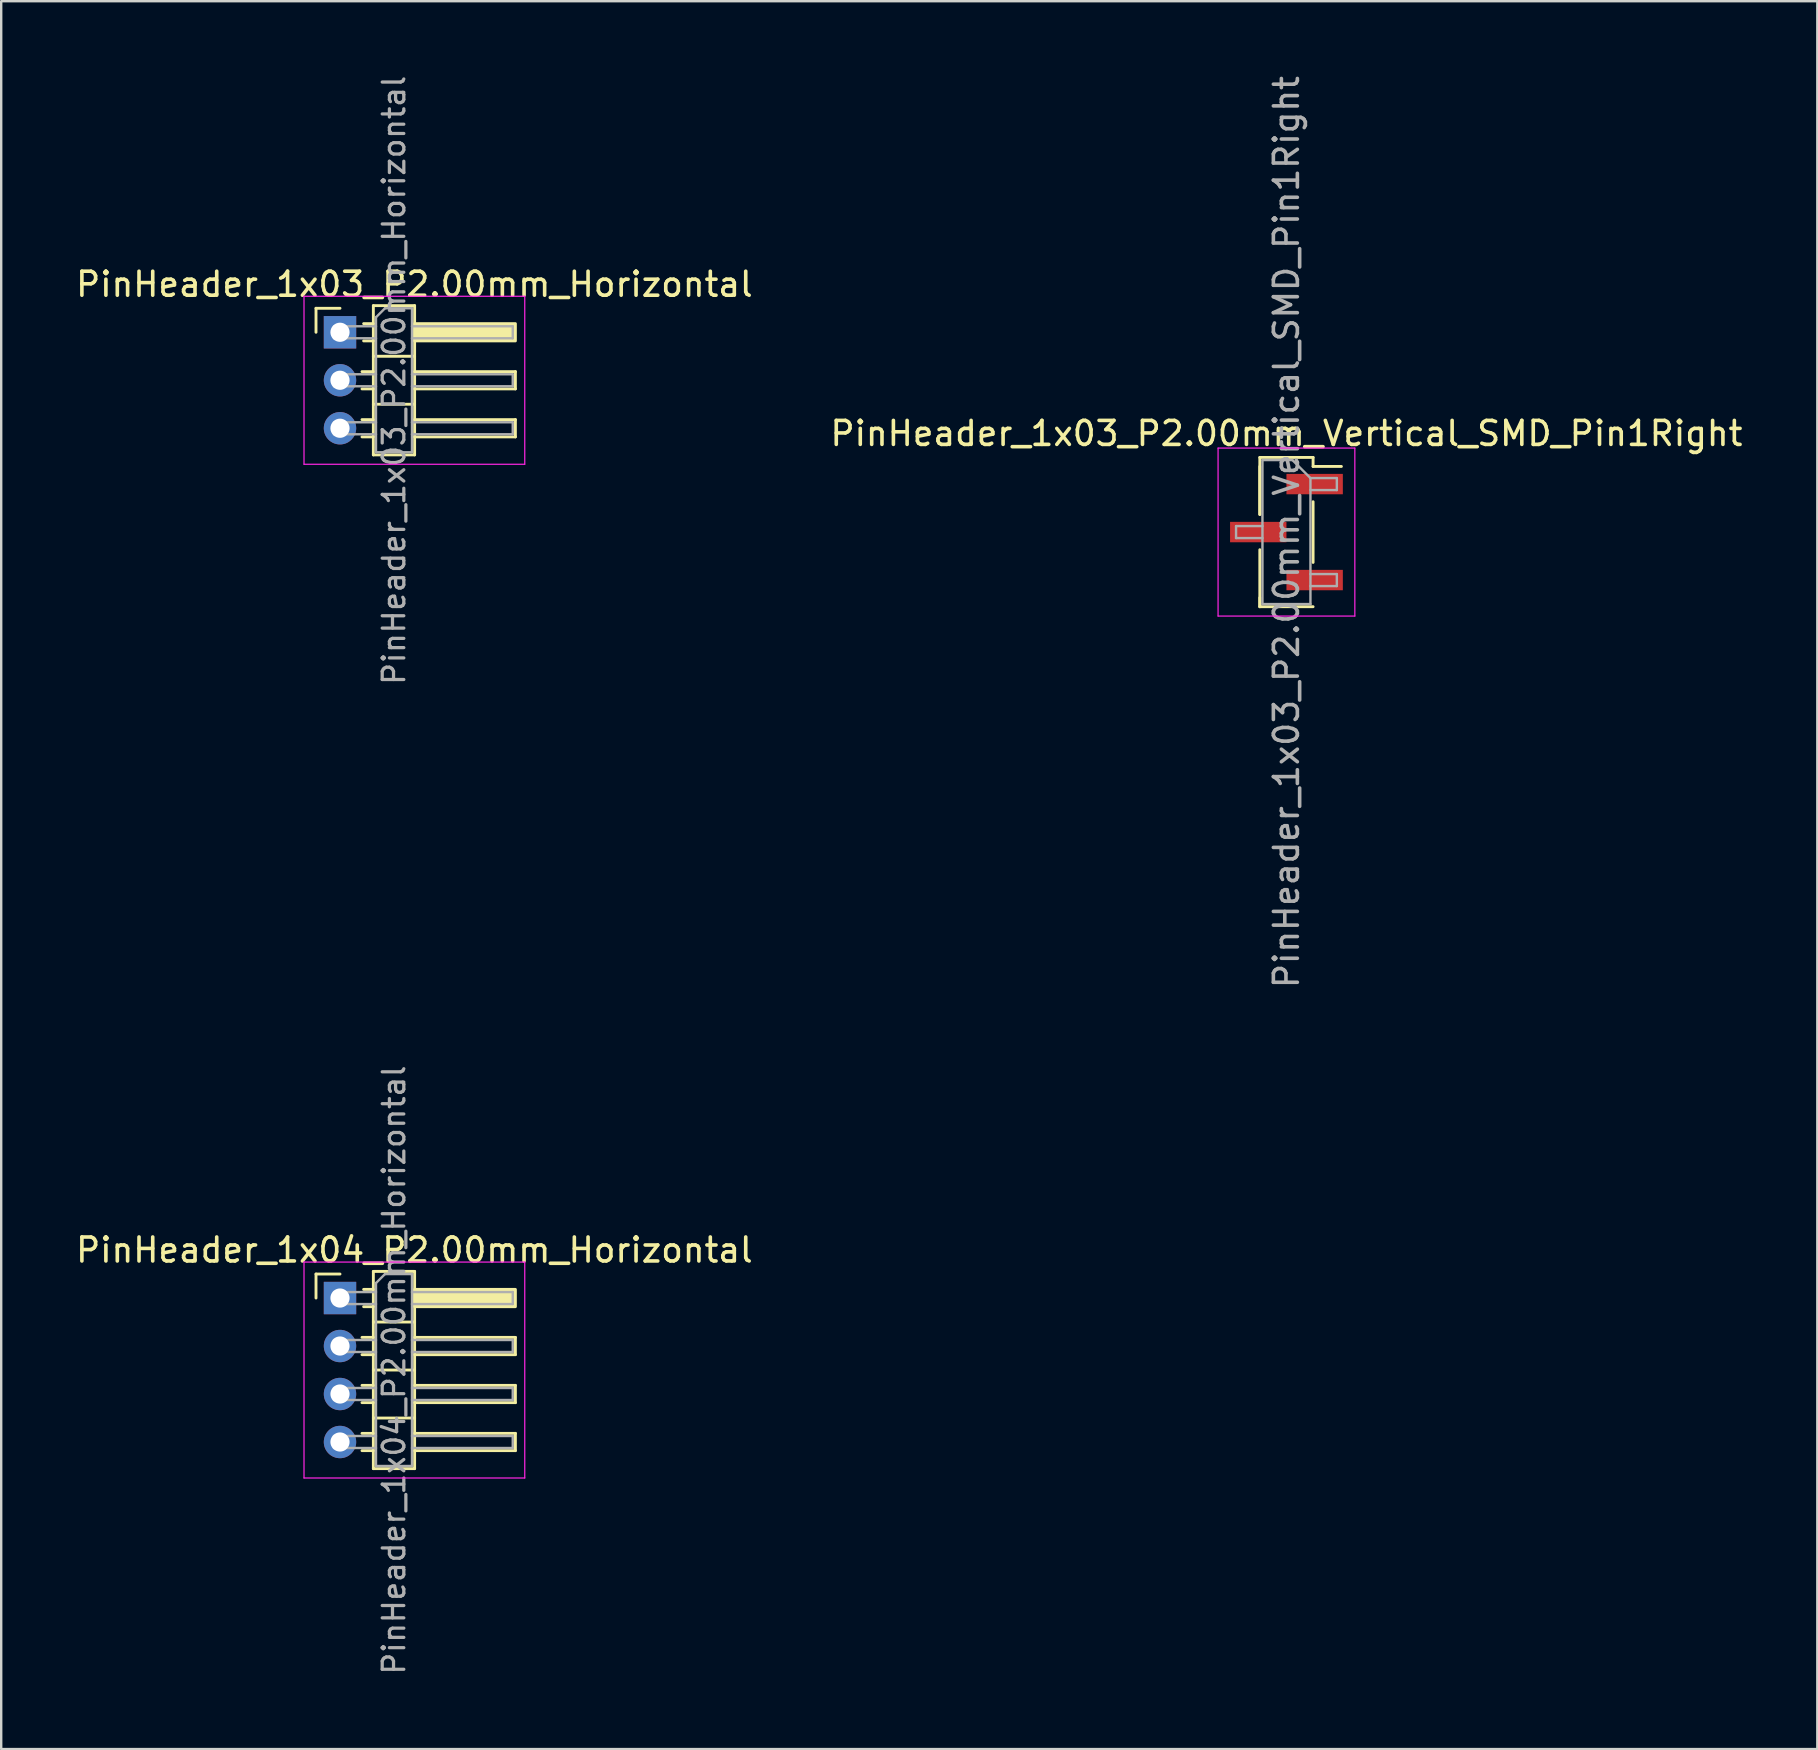
<source format=kicad_pcb>
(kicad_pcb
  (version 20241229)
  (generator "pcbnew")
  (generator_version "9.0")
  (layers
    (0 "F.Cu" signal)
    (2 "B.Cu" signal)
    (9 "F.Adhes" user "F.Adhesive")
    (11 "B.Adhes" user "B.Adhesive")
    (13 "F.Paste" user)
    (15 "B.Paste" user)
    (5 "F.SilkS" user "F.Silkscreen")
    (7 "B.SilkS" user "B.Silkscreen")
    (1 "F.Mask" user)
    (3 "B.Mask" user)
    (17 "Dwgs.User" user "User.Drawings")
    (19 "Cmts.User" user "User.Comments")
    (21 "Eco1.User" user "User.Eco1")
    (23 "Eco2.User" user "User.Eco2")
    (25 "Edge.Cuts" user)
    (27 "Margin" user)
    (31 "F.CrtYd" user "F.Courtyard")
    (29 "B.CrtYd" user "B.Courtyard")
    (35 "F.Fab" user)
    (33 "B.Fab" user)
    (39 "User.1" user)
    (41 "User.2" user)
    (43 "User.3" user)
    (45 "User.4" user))
  (footprint "PinHeader_1x03_P2.00mm_Vertical_SMD_Pin1Right"
    (layer "F.Cu")
    (at 50.565 19.125)
    (property "Reference" "PinHeader_1x03_P2.00mm_Vertical_SMD_Pin1Right" (at 0 -4.11 0) (layer "F.SilkS") (effects (font (size 1 1) (thickness 0.15))))
    (attr smd)
    (fp_line (start -1.11 -3.11) (end -1.11 -0.735) (stroke (width 0.12) (type solid)) (layer "F.SilkS"))
    (fp_line (start -1.11 -3.11) (end 1.11 -3.11) (stroke (width 0.12) (type solid)) (layer "F.SilkS"))
    (fp_line (start -1.11 -2.735) (end -1.11 -0.735) (stroke (width 0.12) (type solid)) (layer "F.SilkS"))
    (fp_line (start -1.11 0.735) (end -1.11 3.11) (stroke (width 0.12) (type solid)) (layer "F.SilkS"))
    (fp_line (start -1.11 2.735) (end -1.11 3.11) (stroke (width 0.12) (type solid)) (layer "F.SilkS"))
    (fp_line (start -1.11 3.11) (end 1.11 3.11) (stroke (width 0.12) (type solid)) (layer "F.SilkS"))
    (fp_line (start 1.11 -3.11) (end 1.11 -2.735) (stroke (width 0.12) (type solid)) (layer "F.SilkS"))
    (fp_line (start 1.11 -2.735) (end 2.29 -2.735) (stroke (width 0.12) (type solid)) (layer "F.SilkS"))
    (fp_line (start 1.11 -1.265) (end 1.11 1.265) (stroke (width 0.12) (type solid)) (layer "F.SilkS"))
    (fp_line (start -2.85 -3.5) (end -2.85 3.5) (stroke (width 0.05) (type solid)) (layer "F.CrtYd"))
    (fp_line (start -2.85 3.5) (end 2.85 3.5) (stroke (width 0.05) (type solid)) (layer "F.CrtYd"))
    (fp_line (start 2.85 -3.5) (end -2.85 -3.5) (stroke (width 0.05) (type solid)) (layer "F.CrtYd"))
    (fp_line (start 2.85 3.5) (end 2.85 -3.5) (stroke (width 0.05) (type solid)) (layer "F.CrtYd"))
    (fp_line (start -2.1 -0.25) (end -2.1 0.25) (stroke (width 0.1) (type solid)) (layer "F.Fab"))
    (fp_line (start -2.1 0.25) (end -1 0.25) (stroke (width 0.1) (type solid)) (layer "F.Fab"))
    (fp_line (start -1 -3) (end -1 3) (stroke (width 0.1) (type solid)) (layer "F.Fab"))
    (fp_line (start -1 -3) (end 0.25 -3) (stroke (width 0.1) (type solid)) (layer "F.Fab"))
    (fp_line (start -1 -0.25) (end -2.1 -0.25) (stroke (width 0.1) (type solid)) (layer "F.Fab"))
    (fp_line (start 1 -2.25) (end 0.25 -3) (stroke (width 0.1) (type solid)) (layer "F.Fab"))
    (fp_line (start 1 -2.25) (end 2.1 -2.25) (stroke (width 0.1) (type solid)) (layer "F.Fab"))
    (fp_line (start 1 1.75) (end 2.1 1.75) (stroke (width 0.1) (type solid)) (layer "F.Fab"))
    (fp_line (start 1 3) (end -1 3) (stroke (width 0.1) (type solid)) (layer "F.Fab"))
    (fp_line (start 1 3) (end 1 -2.25) (stroke (width 0.1) (type solid)) (layer "F.Fab"))
    (fp_line (start 2.1 -2.25) (end 2.1 -1.75) (stroke (width 0.1) (type solid)) (layer "F.Fab"))
    (fp_line (start 2.1 -1.75) (end 1 -1.75) (stroke (width 0.1) (type solid)) (layer "F.Fab"))
    (fp_line (start 2.1 1.75) (end 2.1 2.25) (stroke (width 0.1) (type solid)) (layer "F.Fab"))
    (fp_line (start 2.1 2.25) (end 1 2.25) (stroke (width 0.1) (type solid)) (layer "F.Fab"))
    (fp_text user "${REFERENCE}" (at 0 0 90) (layer "F.Fab") (effects (font (size 1 1) (thickness 0.15))))
    (pad "1" smd rect (at 1.175 -2) (size 2.35 0.85) (layers "F.Cu" "F.Mask" "F.Paste"))
    (pad "2" smd rect (at -1.175 0) (size 2.35 0.85) (layers "F.Cu" "F.Mask" "F.Paste"))
    (pad "3" smd rect (at 1.175 2) (size 2.35 0.85) (layers "F.Cu" "F.Mask" "F.Paste")))
  (footprint "PinHeader_1x04_P2.00mm_Horizontal"
    (layer "F.Cu")
    (at 11.12 51.048)
    (property "Reference" "PinHeader_1x04_P2.00mm_Horizontal" (at 3.1 -2 0) (layer "F.SilkS") (effects (font (size 1 1) (thickness 0.15))))
    (attr through_hole)
    (fp_line (start -1 -1) (end 0 -1) (stroke (width 0.12) (type solid)) (layer "F.SilkS"))
    (fp_line (start -1 0) (end -1 -1) (stroke (width 0.12) (type solid)) (layer "F.SilkS"))
    (fp_line (start 0.917 1.64) (end 1.39 1.64) (stroke (width 0.12) (type solid)) (layer "F.SilkS"))
    (fp_line (start 0.917 2.36) (end 1.39 2.36) (stroke (width 0.12) (type solid)) (layer "F.SilkS"))
    (fp_line (start 0.917 3.64) (end 1.39 3.64) (stroke (width 0.12) (type solid)) (layer "F.SilkS"))
    (fp_line (start 0.917 4.36) (end 1.39 4.36) (stroke (width 0.12) (type solid)) (layer "F.SilkS"))
    (fp_line (start 0.917 5.64) (end 1.39 5.64) (stroke (width 0.12) (type solid)) (layer "F.SilkS"))
    (fp_line (start 0.917 6.36) (end 1.39 6.36) (stroke (width 0.12) (type solid)) (layer "F.SilkS"))
    (fp_line (start 0.985 -0.36) (end 1.39 -0.36) (stroke (width 0.12) (type solid)) (layer "F.SilkS"))
    (fp_line (start 0.985 0.36) (end 1.39 0.36) (stroke (width 0.12) (type solid)) (layer "F.SilkS"))
    (fp_line (start 1.39 -1.11) (end 1.39 7.11) (stroke (width 0.12) (type solid)) (layer "F.SilkS"))
    (fp_line (start 1.39 1) (end 3.11 1) (stroke (width 0.12) (type solid)) (layer "F.SilkS"))
    (fp_line (start 1.39 3) (end 3.11 3) (stroke (width 0.12) (type solid)) (layer "F.SilkS"))
    (fp_line (start 1.39 5) (end 3.11 5) (stroke (width 0.12) (type solid)) (layer "F.SilkS"))
    (fp_line (start 1.39 7.11) (end 3.11 7.11) (stroke (width 0.12) (type solid)) (layer "F.SilkS"))
    (fp_line (start 3.11 -1.11) (end 1.39 -1.11) (stroke (width 0.12) (type solid)) (layer "F.SilkS"))
    (fp_line (start 3.11 1.64) (end 7.31 1.64) (stroke (width 0.12) (type solid)) (layer "F.SilkS"))
    (fp_line (start 3.11 3.64) (end 7.31 3.64) (stroke (width 0.12) (type solid)) (layer "F.SilkS"))
    (fp_line (start 3.11 5.64) (end 7.31 5.64) (stroke (width 0.12) (type solid)) (layer "F.SilkS"))
    (fp_line (start 3.11 7.11) (end 3.11 -1.11) (stroke (width 0.12) (type solid)) (layer "F.SilkS"))
    (fp_line (start 7.31 1.64) (end 7.31 2.36) (stroke (width 0.12) (type solid)) (layer "F.SilkS"))
    (fp_line (start 7.31 2.36) (end 3.11 2.36) (stroke (width 0.12) (type solid)) (layer "F.SilkS"))
    (fp_line (start 7.31 3.64) (end 7.31 4.36) (stroke (width 0.12) (type solid)) (layer "F.SilkS"))
    (fp_line (start 7.31 4.36) (end 3.11 4.36) (stroke (width 0.12) (type solid)) (layer "F.SilkS"))
    (fp_line (start 7.31 5.64) (end 7.31 6.36) (stroke (width 0.12) (type solid)) (layer "F.SilkS"))
    (fp_line (start 7.31 6.36) (end 3.11 6.36) (stroke (width 0.12) (type solid)) (layer "F.SilkS"))
    (fp_rect (start 3.11 -0.36) (end 7.31 0.36) (stroke (width 0.12) (type solid)) (fill yes) (layer "F.SilkS"))
    (fp_line (start -1.5 -1.5) (end -1.5 7.5) (stroke (width 0.05) (type solid)) (layer "F.CrtYd"))
    (fp_line (start -1.5 7.5) (end 7.7 7.5) (stroke (width 0.05) (type solid)) (layer "F.CrtYd"))
    (fp_line (start 7.7 -1.5) (end -1.5 -1.5) (stroke (width 0.05) (type solid)) (layer "F.CrtYd"))
    (fp_line (start 7.7 7.5) (end 7.7 -1.5) (stroke (width 0.05) (type solid)) (layer "F.CrtYd"))
    (fp_line (start -0.25 -0.25) (end -0.25 0.25) (stroke (width 0.1) (type solid)) (layer "F.Fab"))
    (fp_line (start -0.25 -0.25) (end 1.5 -0.25) (stroke (width 0.1) (type solid)) (layer "F.Fab"))
    (fp_line (start -0.25 0.25) (end 1.5 0.25) (stroke (width 0.1) (type solid)) (layer "F.Fab"))
    (fp_line (start -0.25 1.75) (end -0.25 2.25) (stroke (width 0.1) (type solid)) (layer "F.Fab"))
    (fp_line (start -0.25 1.75) (end 1.5 1.75) (stroke (width 0.1) (type solid)) (layer "F.Fab"))
    (fp_line (start -0.25 2.25) (end 1.5 2.25) (stroke (width 0.1) (type solid)) (layer "F.Fab"))
    (fp_line (start -0.25 3.75) (end -0.25 4.25) (stroke (width 0.1) (type solid)) (layer "F.Fab"))
    (fp_line (start -0.25 3.75) (end 1.5 3.75) (stroke (width 0.1) (type solid)) (layer "F.Fab"))
    (fp_line (start -0.25 4.25) (end 1.5 4.25) (stroke (width 0.1) (type solid)) (layer "F.Fab"))
    (fp_line (start -0.25 5.75) (end -0.25 6.25) (stroke (width 0.1) (type solid)) (layer "F.Fab"))
    (fp_line (start -0.25 5.75) (end 1.5 5.75) (stroke (width 0.1) (type solid)) (layer "F.Fab"))
    (fp_line (start -0.25 6.25) (end 1.5 6.25) (stroke (width 0.1) (type solid)) (layer "F.Fab"))
    (fp_line (start 1.5 -0.625) (end 1.875 -1) (stroke (width 0.1) (type solid)) (layer "F.Fab"))
    (fp_line (start 1.5 7) (end 1.5 -0.625) (stroke (width 0.1) (type solid)) (layer "F.Fab"))
    (fp_line (start 1.875 -1) (end 3 -1) (stroke (width 0.1) (type solid)) (layer "F.Fab"))
    (fp_line (start 3 -1) (end 3 7) (stroke (width 0.1) (type solid)) (layer "F.Fab"))
    (fp_line (start 3 -0.25) (end 7.2 -0.25) (stroke (width 0.1) (type solid)) (layer "F.Fab"))
    (fp_line (start 3 0.25) (end 7.2 0.25) (stroke (width 0.1) (type solid)) (layer "F.Fab"))
    (fp_line (start 3 1.75) (end 7.2 1.75) (stroke (width 0.1) (type solid)) (layer "F.Fab"))
    (fp_line (start 3 2.25) (end 7.2 2.25) (stroke (width 0.1) (type solid)) (layer "F.Fab"))
    (fp_line (start 3 3.75) (end 7.2 3.75) (stroke (width 0.1) (type solid)) (layer "F.Fab"))
    (fp_line (start 3 4.25) (end 7.2 4.25) (stroke (width 0.1) (type solid)) (layer "F.Fab"))
    (fp_line (start 3 5.75) (end 7.2 5.75) (stroke (width 0.1) (type solid)) (layer "F.Fab"))
    (fp_line (start 3 6.25) (end 7.2 6.25) (stroke (width 0.1) (type solid)) (layer "F.Fab"))
    (fp_line (start 3 7) (end 1.5 7) (stroke (width 0.1) (type solid)) (layer "F.Fab"))
    (fp_line (start 7.2 -0.25) (end 7.2 0.25) (stroke (width 0.1) (type solid)) (layer "F.Fab"))
    (fp_line (start 7.2 1.75) (end 7.2 2.25) (stroke (width 0.1) (type solid)) (layer "F.Fab"))
    (fp_line (start 7.2 3.75) (end 7.2 4.25) (stroke (width 0.1) (type solid)) (layer "F.Fab"))
    (fp_line (start 7.2 5.75) (end 7.2 6.25) (stroke (width 0.1) (type solid)) (layer "F.Fab"))
    (fp_text user "${REFERENCE}" (at 2.25 3 90) (layer "F.Fab") (effects (font (size 0.9 0.9) (thickness 0.135))))
    (pad "1" thru_hole rect (at 0 0) (size 1.35 1.35) (drill 0.8) (layers "*.Cu" "*.Mask"))
    (pad "2" thru_hole circle (at 0 2) (size 1.35 1.35) (drill 0.8) (layers "*.Cu" "*.Mask"))
    (pad "3" thru_hole circle (at 0 4) (size 1.35 1.35) (drill 0.8) (layers "*.Cu" "*.Mask"))
    (pad "4" thru_hole circle (at 0 6) (size 1.35 1.35) (drill 0.8) (layers "*.Cu" "*.Mask")))
  (footprint "PinHeader_1x03_P2.00mm_Horizontal"
    (layer "F.Cu")
    (at 11.12 10.798)
    (property "Reference" "PinHeader_1x03_P2.00mm_Horizontal" (at 3.1 -2 0) (layer "F.SilkS") (effects (font (size 1 1) (thickness 0.15))))
    (attr through_hole)
    (fp_line (start -1 -1) (end 0 -1) (stroke (width 0.12) (type solid)) (layer "F.SilkS"))
    (fp_line (start -1 0) (end -1 -1) (stroke (width 0.12) (type solid)) (layer "F.SilkS"))
    (fp_line (start 0.917 1.64) (end 1.39 1.64) (stroke (width 0.12) (type solid)) (layer "F.SilkS"))
    (fp_line (start 0.917 2.36) (end 1.39 2.36) (stroke (width 0.12) (type solid)) (layer "F.SilkS"))
    (fp_line (start 0.917 3.64) (end 1.39 3.64) (stroke (width 0.12) (type solid)) (layer "F.SilkS"))
    (fp_line (start 0.917 4.36) (end 1.39 4.36) (stroke (width 0.12) (type solid)) (layer "F.SilkS"))
    (fp_line (start 0.985 -0.36) (end 1.39 -0.36) (stroke (width 0.12) (type solid)) (layer "F.SilkS"))
    (fp_line (start 0.985 0.36) (end 1.39 0.36) (stroke (width 0.12) (type solid)) (layer "F.SilkS"))
    (fp_line (start 1.39 -1.11) (end 1.39 5.11) (stroke (width 0.12) (type solid)) (layer "F.SilkS"))
    (fp_line (start 1.39 1) (end 3.11 1) (stroke (width 0.12) (type solid)) (layer "F.SilkS"))
    (fp_line (start 1.39 3) (end 3.11 3) (stroke (width 0.12) (type solid)) (layer "F.SilkS"))
    (fp_line (start 1.39 5.11) (end 3.11 5.11) (stroke (width 0.12) (type solid)) (layer "F.SilkS"))
    (fp_line (start 3.11 -1.11) (end 1.39 -1.11) (stroke (width 0.12) (type solid)) (layer "F.SilkS"))
    (fp_line (start 3.11 1.64) (end 7.31 1.64) (stroke (width 0.12) (type solid)) (layer "F.SilkS"))
    (fp_line (start 3.11 3.64) (end 7.31 3.64) (stroke (width 0.12) (type solid)) (layer "F.SilkS"))
    (fp_line (start 3.11 5.11) (end 3.11 -1.11) (stroke (width 0.12) (type solid)) (layer "F.SilkS"))
    (fp_line (start 7.31 1.64) (end 7.31 2.36) (stroke (width 0.12) (type solid)) (layer "F.SilkS"))
    (fp_line (start 7.31 2.36) (end 3.11 2.36) (stroke (width 0.12) (type solid)) (layer "F.SilkS"))
    (fp_line (start 7.31 3.64) (end 7.31 4.36) (stroke (width 0.12) (type solid)) (layer "F.SilkS"))
    (fp_line (start 7.31 4.36) (end 3.11 4.36) (stroke (width 0.12) (type solid)) (layer "F.SilkS"))
    (fp_rect (start 3.11 -0.36) (end 7.31 0.36) (stroke (width 0.12) (type solid)) (fill yes) (layer "F.SilkS"))
    (fp_line (start -1.5 -1.5) (end -1.5 5.5) (stroke (width 0.05) (type solid)) (layer "F.CrtYd"))
    (fp_line (start -1.5 5.5) (end 7.7 5.5) (stroke (width 0.05) (type solid)) (layer "F.CrtYd"))
    (fp_line (start 7.7 -1.5) (end -1.5 -1.5) (stroke (width 0.05) (type solid)) (layer "F.CrtYd"))
    (fp_line (start 7.7 5.5) (end 7.7 -1.5) (stroke (width 0.05) (type solid)) (layer "F.CrtYd"))
    (fp_line (start -0.25 -0.25) (end -0.25 0.25) (stroke (width 0.1) (type solid)) (layer "F.Fab"))
    (fp_line (start -0.25 -0.25) (end 1.5 -0.25) (stroke (width 0.1) (type solid)) (layer "F.Fab"))
    (fp_line (start -0.25 0.25) (end 1.5 0.25) (stroke (width 0.1) (type solid)) (layer "F.Fab"))
    (fp_line (start -0.25 1.75) (end -0.25 2.25) (stroke (width 0.1) (type solid)) (layer "F.Fab"))
    (fp_line (start -0.25 1.75) (end 1.5 1.75) (stroke (width 0.1) (type solid)) (layer "F.Fab"))
    (fp_line (start -0.25 2.25) (end 1.5 2.25) (stroke (width 0.1) (type solid)) (layer "F.Fab"))
    (fp_line (start -0.25 3.75) (end -0.25 4.25) (stroke (width 0.1) (type solid)) (layer "F.Fab"))
    (fp_line (start -0.25 3.75) (end 1.5 3.75) (stroke (width 0.1) (type solid)) (layer "F.Fab"))
    (fp_line (start -0.25 4.25) (end 1.5 4.25) (stroke (width 0.1) (type solid)) (layer "F.Fab"))
    (fp_line (start 1.5 -0.625) (end 1.875 -1) (stroke (width 0.1) (type solid)) (layer "F.Fab"))
    (fp_line (start 1.5 5) (end 1.5 -0.625) (stroke (width 0.1) (type solid)) (layer "F.Fab"))
    (fp_line (start 1.875 -1) (end 3 -1) (stroke (width 0.1) (type solid)) (layer "F.Fab"))
    (fp_line (start 3 -1) (end 3 5) (stroke (width 0.1) (type solid)) (layer "F.Fab"))
    (fp_line (start 3 -0.25) (end 7.2 -0.25) (stroke (width 0.1) (type solid)) (layer "F.Fab"))
    (fp_line (start 3 0.25) (end 7.2 0.25) (stroke (width 0.1) (type solid)) (layer "F.Fab"))
    (fp_line (start 3 1.75) (end 7.2 1.75) (stroke (width 0.1) (type solid)) (layer "F.Fab"))
    (fp_line (start 3 2.25) (end 7.2 2.25) (stroke (width 0.1) (type solid)) (layer "F.Fab"))
    (fp_line (start 3 3.75) (end 7.2 3.75) (stroke (width 0.1) (type solid)) (layer "F.Fab"))
    (fp_line (start 3 4.25) (end 7.2 4.25) (stroke (width 0.1) (type solid)) (layer "F.Fab"))
    (fp_line (start 3 5) (end 1.5 5) (stroke (width 0.1) (type solid)) (layer "F.Fab"))
    (fp_line (start 7.2 -0.25) (end 7.2 0.25) (stroke (width 0.1) (type solid)) (layer "F.Fab"))
    (fp_line (start 7.2 1.75) (end 7.2 2.25) (stroke (width 0.1) (type solid)) (layer "F.Fab"))
    (fp_line (start 7.2 3.75) (end 7.2 4.25) (stroke (width 0.1) (type solid)) (layer "F.Fab"))
    (fp_text user "${REFERENCE}" (at 2.25 2 90) (layer "F.Fab") (effects (font (size 0.9 0.9) (thickness 0.135))))
    (pad "1" thru_hole rect (at 0 0) (size 1.35 1.35) (drill 0.8) (layers "*.Cu" "*.Mask"))
    (pad "2" thru_hole circle (at 0 2) (size 1.35 1.35) (drill 0.8) (layers "*.Cu" "*.Mask"))
    (pad "3" thru_hole circle (at 0 4) (size 1.35 1.35) (drill 0.8) (layers "*.Cu" "*.Mask")))
  (gr_rect
    (start -3 -3)
    (end 72.69 69.846)
    (stroke (width 0.1) (type default))
    (fill no)
    (layer "Edge.Cuts")))
</source>
